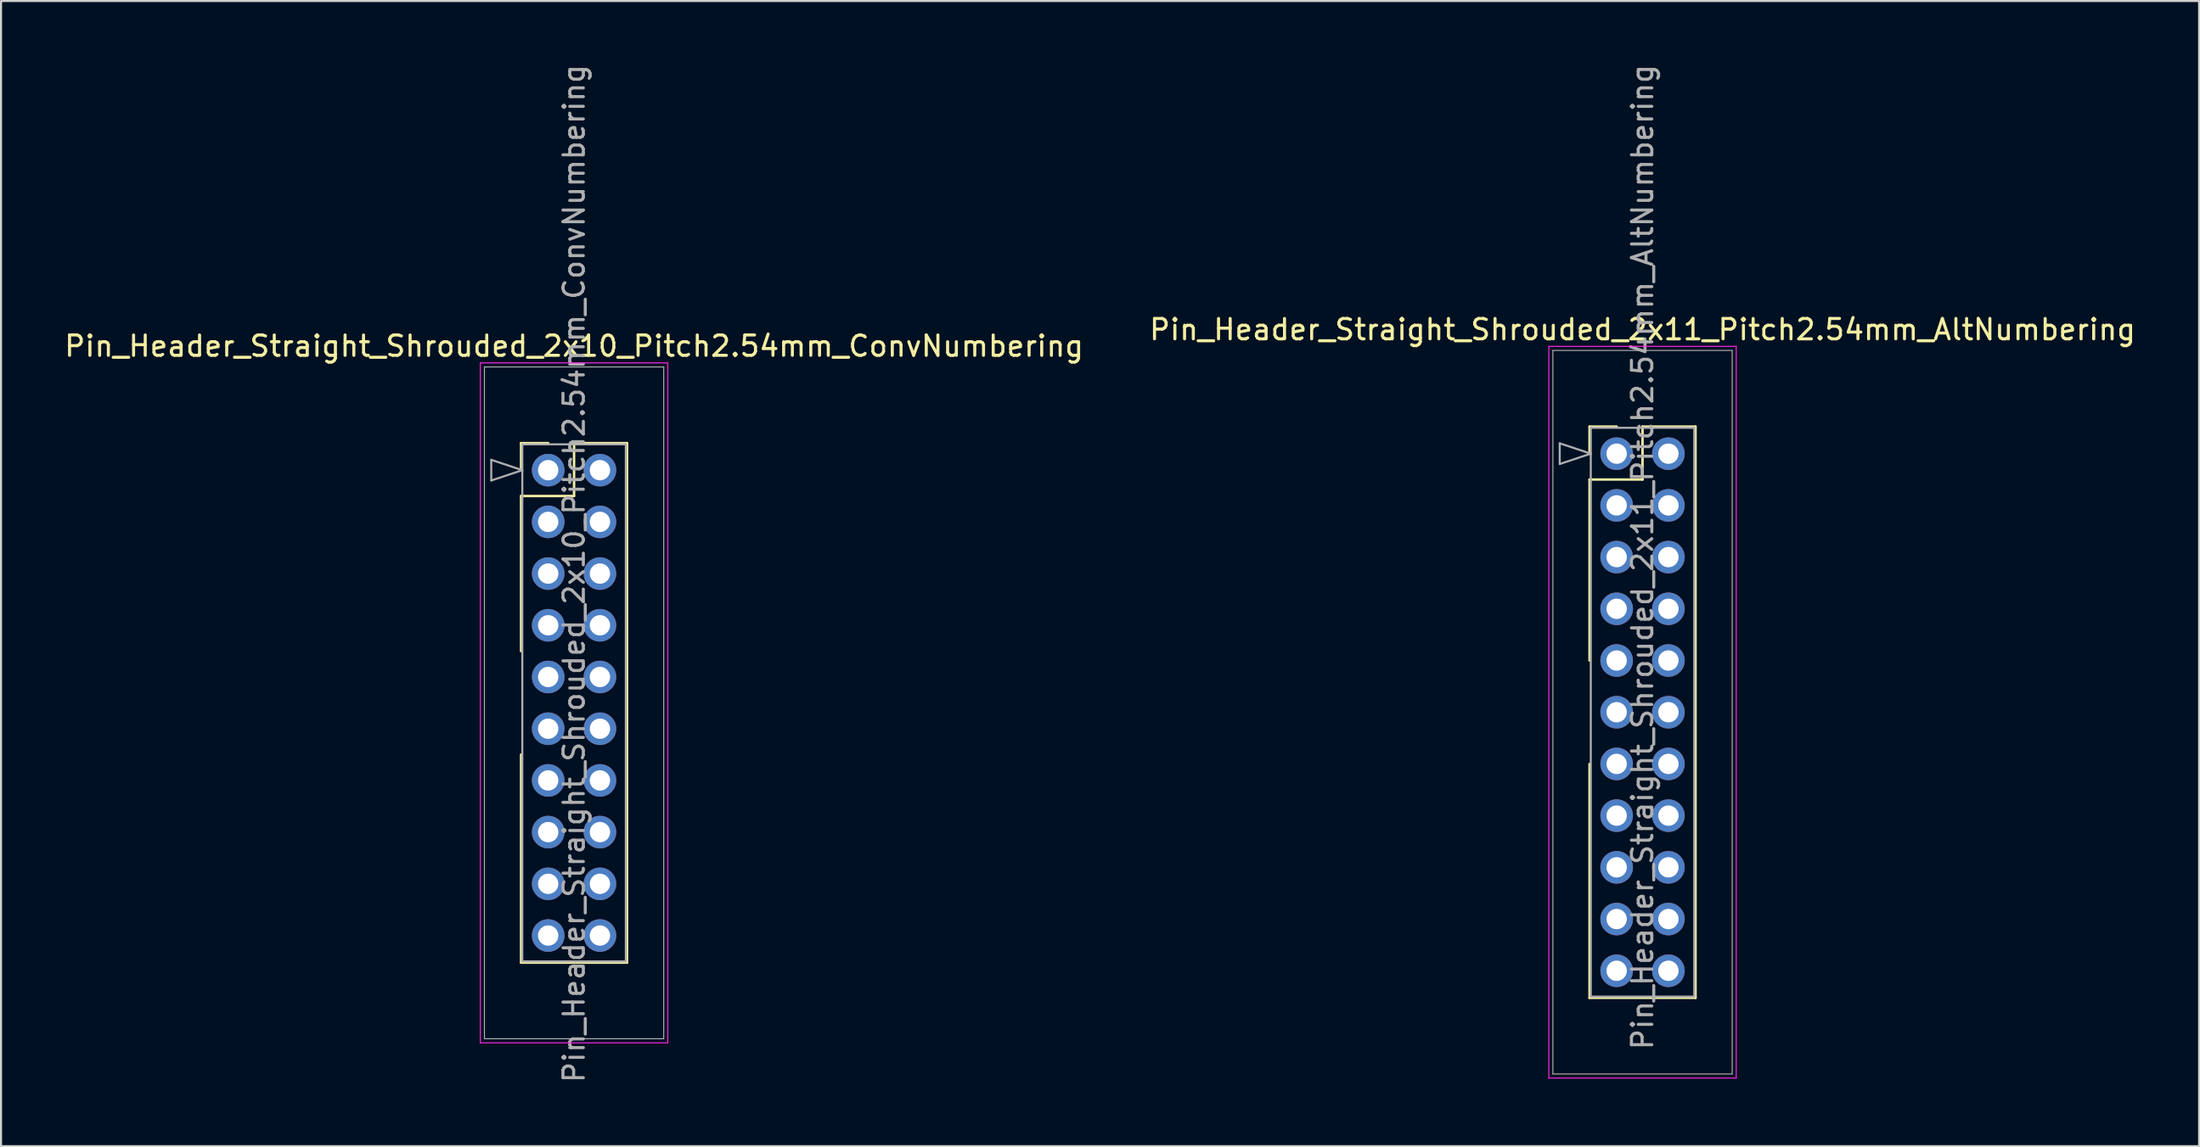
<source format=kicad_pcb>
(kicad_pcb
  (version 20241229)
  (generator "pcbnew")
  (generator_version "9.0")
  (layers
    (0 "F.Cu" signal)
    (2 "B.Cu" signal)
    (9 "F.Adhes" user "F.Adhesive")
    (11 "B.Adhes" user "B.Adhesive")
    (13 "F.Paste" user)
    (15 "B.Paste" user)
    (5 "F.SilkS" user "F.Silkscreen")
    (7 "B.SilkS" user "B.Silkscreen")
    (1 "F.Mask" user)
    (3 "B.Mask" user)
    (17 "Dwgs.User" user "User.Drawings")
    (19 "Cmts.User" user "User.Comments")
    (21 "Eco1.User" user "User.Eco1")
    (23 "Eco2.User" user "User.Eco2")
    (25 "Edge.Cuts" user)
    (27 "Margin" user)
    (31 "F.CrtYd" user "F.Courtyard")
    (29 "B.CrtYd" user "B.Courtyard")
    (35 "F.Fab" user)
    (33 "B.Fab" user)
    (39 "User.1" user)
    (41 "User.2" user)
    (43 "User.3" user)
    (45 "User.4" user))
  (footprint "Pin_Header_Straight_Shrouded_2x10_Pitch2.54mm_ConvNumbering"
    (layer "F.Cu")
    (at 23.855 20.045)
    (property "Reference" "Pin_Header_Straight_Shrouded_2x10_Pitch2.54mm_ConvNumbering" (at 1.27 -6.096 0) (layer "F.SilkS") (effects (font (size 1 1) (thickness 0.15))))
    (attr through_hole)
    (fp_line (start -1.33 -1.33) (end 0 -1.33) (stroke (width 0.12) (type solid)) (layer "F.SilkS"))
    (fp_line (start -1.33 0) (end -1.33 -1.33) (stroke (width 0.12) (type solid)) (layer "F.SilkS"))
    (fp_line (start -1.33 1.27) (end -1.33 8.89) (stroke (width 0.12) (type solid)) (layer "F.SilkS"))
    (fp_line (start -1.33 1.27) (end 1.27 1.27) (stroke (width 0.12) (type solid)) (layer "F.SilkS"))
    (fp_line (start -1.33 13.97) (end -1.33 24.19) (stroke (width 0.12) (type solid)) (layer "F.SilkS"))
    (fp_line (start -1.33 24.19) (end 3.87 24.19) (stroke (width 0.12) (type solid)) (layer "F.SilkS"))
    (fp_line (start 1.27 -1.33) (end 3.87 -1.33) (stroke (width 0.12) (type solid)) (layer "F.SilkS"))
    (fp_line (start 1.27 1.27) (end 1.27 -1.33) (stroke (width 0.12) (type solid)) (layer "F.SilkS"))
    (fp_line (start 3.87 -1.33) (end 3.87 24.19) (stroke (width 0.12) (type solid)) (layer "F.SilkS"))
    (fp_line (start -3.33 -5.27) (end -3.33 28.13) (stroke (width 0.05) (type solid)) (layer "F.CrtYd"))
    (fp_line (start -3.33 28.13) (end 5.87 28.13) (stroke (width 0.05) (type solid)) (layer "F.CrtYd"))
    (fp_line (start 5.87 -5.27) (end -3.33 -5.27) (stroke (width 0.05) (type solid)) (layer "F.CrtYd"))
    (fp_line (start 5.87 28.13) (end 5.87 -5.27) (stroke (width 0.05) (type solid)) (layer "F.CrtYd"))
    (fp_line (start -3.13 -5.07) (end -3.13 27.93) (stroke (width 0.05) (type solid)) (layer "F.Fab"))
    (fp_line (start -3.13 27.93) (end 5.67 27.93) (stroke (width 0.05) (type solid)) (layer "F.Fab"))
    (fp_line (start -2.794 -0.508) (end -1.27 0) (stroke (width 0.1) (type solid)) (layer "F.Fab"))
    (fp_line (start -2.794 0.508) (end -2.794 -0.508) (stroke (width 0.1) (type solid)) (layer "F.Fab"))
    (fp_line (start -1.27 -1.27) (end -1.27 24.13) (stroke (width 0.1) (type solid)) (layer "F.Fab"))
    (fp_line (start -1.27 0) (end -2.794 0.508) (stroke (width 0.1) (type solid)) (layer "F.Fab"))
    (fp_line (start -1.27 24.13) (end 3.81 24.13) (stroke (width 0.1) (type solid)) (layer "F.Fab"))
    (fp_line (start 3.81 -1.27) (end -1.27 -1.27) (stroke (width 0.1) (type solid)) (layer "F.Fab"))
    (fp_line (start 3.81 24.13) (end 3.81 -1.27) (stroke (width 0.1) (type solid)) (layer "F.Fab"))
    (fp_line (start 5.67 -5.07) (end -3.13 -5.07) (stroke (width 0.05) (type solid)) (layer "F.Fab"))
    (fp_line (start 5.67 27.93) (end 5.67 -5.07) (stroke (width 0.05) (type solid)) (layer "F.Fab"))
    (fp_text user "${REFERENCE}" (at 1.27 5.08 90) (layer "F.Fab") (effects (font (size 1 1) (thickness 0.15))))
    (pad "1" thru_hole oval (at 0 0) (size 1.6 1.6) (drill 1) (layers "*.Cu" "*.Mask"))
    (pad "2" thru_hole oval (at 2.54 0) (size 1.6 1.6) (drill 1) (layers "*.Cu" "*.Mask"))
    (pad "3" thru_hole oval (at 0 2.54) (size 1.6 1.6) (drill 1) (layers "*.Cu" "*.Mask"))
    (pad "4" thru_hole oval (at 2.54 2.54) (size 1.6 1.6) (drill 1) (layers "*.Cu" "*.Mask"))
    (pad "5" thru_hole oval (at 0 5.08) (size 1.6 1.6) (drill 1) (layers "*.Cu" "*.Mask"))
    (pad "6" thru_hole oval (at 2.54 5.08) (size 1.6 1.6) (drill 1) (layers "*.Cu" "*.Mask"))
    (pad "7" thru_hole oval (at 0 7.62) (size 1.6 1.6) (drill 1) (layers "*.Cu" "*.Mask"))
    (pad "8" thru_hole oval (at 2.54 7.62) (size 1.6 1.6) (drill 1) (layers "*.Cu" "*.Mask"))
    (pad "9" thru_hole oval (at 0 10.16) (size 1.6 1.6) (drill 1) (layers "*.Cu" "*.Mask"))
    (pad "10" thru_hole oval (at 2.54 10.16) (size 1.6 1.6) (drill 1) (layers "*.Cu" "*.Mask"))
    (pad "11" thru_hole oval (at 0 12.7) (size 1.6 1.6) (drill 1) (layers "*.Cu" "*.Mask"))
    (pad "12" thru_hole oval (at 2.54 12.7) (size 1.6 1.6) (drill 1) (layers "*.Cu" "*.Mask"))
    (pad "13" thru_hole oval (at 0 15.24) (size 1.6 1.6) (drill 1) (layers "*.Cu" "*.Mask"))
    (pad "14" thru_hole oval (at 2.54 15.24) (size 1.6 1.6) (drill 1) (layers "*.Cu" "*.Mask"))
    (pad "15" thru_hole oval (at 0 17.78) (size 1.6 1.6) (drill 1) (layers "*.Cu" "*.Mask"))
    (pad "16" thru_hole oval (at 2.54 17.78) (size 1.6 1.6) (drill 1) (layers "*.Cu" "*.Mask"))
    (pad "17" thru_hole oval (at 0 20.32) (size 1.6 1.6) (drill 1) (layers "*.Cu" "*.Mask"))
    (pad "18" thru_hole oval (at 2.54 20.32) (size 1.6 1.6) (drill 1) (layers "*.Cu" "*.Mask"))
    (pad "19" thru_hole oval (at 0 22.86) (size 1.6 1.6) (drill 1) (layers "*.Cu" "*.Mask"))
    (pad "20" thru_hole oval (at 2.54 22.86) (size 1.6 1.6) (drill 1) (layers "*.Cu" "*.Mask")))
  (footprint "Pin_Header_Straight_Shrouded_2x11_Pitch2.54mm_AltNumbering"
    (layer "F.Cu")
    (at 76.295 19.235)
    (property "Reference" "Pin_Header_Straight_Shrouded_2x11_Pitch2.54mm_AltNumbering" (at 1.27 -6.096 0) (layer "F.SilkS") (effects (font (size 1 1) (thickness 0.15))))
    (attr through_hole)
    (fp_line (start -1.33 -1.33) (end 0 -1.33) (stroke (width 0.12) (type solid)) (layer "F.SilkS"))
    (fp_line (start -1.33 0) (end -1.33 -1.33) (stroke (width 0.12) (type solid)) (layer "F.SilkS"))
    (fp_line (start -1.33 1.27) (end -1.33 10.16) (stroke (width 0.12) (type solid)) (layer "F.SilkS"))
    (fp_line (start -1.33 1.27) (end 1.27 1.27) (stroke (width 0.12) (type solid)) (layer "F.SilkS"))
    (fp_line (start -1.33 15.24) (end -1.33 26.73) (stroke (width 0.12) (type solid)) (layer "F.SilkS"))
    (fp_line (start -1.33 26.73) (end 3.87 26.73) (stroke (width 0.12) (type solid)) (layer "F.SilkS"))
    (fp_line (start 1.27 -1.33) (end 3.87 -1.33) (stroke (width 0.12) (type solid)) (layer "F.SilkS"))
    (fp_line (start 1.27 1.27) (end 1.27 -1.33) (stroke (width 0.12) (type solid)) (layer "F.SilkS"))
    (fp_line (start 3.87 -1.33) (end 3.87 26.73) (stroke (width 0.12) (type solid)) (layer "F.SilkS"))
    (fp_line (start -3.33 -5.27) (end -3.33 30.67) (stroke (width 0.05) (type solid)) (layer "F.CrtYd"))
    (fp_line (start -3.33 30.67) (end 5.87 30.67) (stroke (width 0.05) (type solid)) (layer "F.CrtYd"))
    (fp_line (start 5.87 -5.27) (end -3.33 -5.27) (stroke (width 0.05) (type solid)) (layer "F.CrtYd"))
    (fp_line (start 5.87 30.67) (end 5.87 -5.27) (stroke (width 0.05) (type solid)) (layer "F.CrtYd"))
    (fp_line (start -3.13 -5.07) (end -3.13 30.47) (stroke (width 0.05) (type solid)) (layer "F.Fab"))
    (fp_line (start -3.13 30.47) (end 5.67 30.47) (stroke (width 0.05) (type solid)) (layer "F.Fab"))
    (fp_line (start -2.794 -0.508) (end -1.27 0) (stroke (width 0.1) (type solid)) (layer "F.Fab"))
    (fp_line (start -2.794 0.508) (end -2.794 -0.508) (stroke (width 0.1) (type solid)) (layer "F.Fab"))
    (fp_line (start -1.27 -1.27) (end -1.27 26.67) (stroke (width 0.1) (type solid)) (layer "F.Fab"))
    (fp_line (start -1.27 0) (end -2.794 0.508) (stroke (width 0.1) (type solid)) (layer "F.Fab"))
    (fp_line (start -1.27 26.67) (end 3.81 26.67) (stroke (width 0.1) (type solid)) (layer "F.Fab"))
    (fp_line (start 3.81 -1.27) (end -1.27 -1.27) (stroke (width 0.1) (type solid)) (layer "F.Fab"))
    (fp_line (start 3.81 26.67) (end 3.81 -1.27) (stroke (width 0.1) (type solid)) (layer "F.Fab"))
    (fp_line (start 5.67 -5.07) (end -3.13 -5.07) (stroke (width 0.05) (type solid)) (layer "F.Fab"))
    (fp_line (start 5.67 30.47) (end 5.67 -5.07) (stroke (width 0.05) (type solid)) (layer "F.Fab"))
    (fp_text user "${REFERENCE}" (at 1.27 5.08 90) (layer "F.Fab") (effects (font (size 1 1) (thickness 0.15))))
    (pad "1" thru_hole oval (at 0 0) (size 1.6 1.6) (drill 1) (layers "*.Cu" "*.Mask"))
    (pad "2" thru_hole oval (at 0 2.54) (size 1.6 1.6) (drill 1) (layers "*.Cu" "*.Mask"))
    (pad "3" thru_hole oval (at 0 5.08) (size 1.6 1.6) (drill 1) (layers "*.Cu" "*.Mask"))
    (pad "4" thru_hole oval (at 0 7.62) (size 1.6 1.6) (drill 1) (layers "*.Cu" "*.Mask"))
    (pad "5" thru_hole oval (at 0 10.16) (size 1.6 1.6) (drill 1) (layers "*.Cu" "*.Mask"))
    (pad "6" thru_hole oval (at 0 12.7) (size 1.6 1.6) (drill 1) (layers "*.Cu" "*.Mask"))
    (pad "7" thru_hole oval (at 0 15.24) (size 1.6 1.6) (drill 1) (layers "*.Cu" "*.Mask"))
    (pad "8" thru_hole oval (at 0 17.78) (size 1.6 1.6) (drill 1) (layers "*.Cu" "*.Mask"))
    (pad "9" thru_hole oval (at 0 20.32) (size 1.6 1.6) (drill 1) (layers "*.Cu" "*.Mask"))
    (pad "10" thru_hole oval (at 0 22.86) (size 1.6 1.6) (drill 1) (layers "*.Cu" "*.Mask"))
    (pad "11" thru_hole oval (at 0 25.4) (size 1.6 1.6) (drill 1) (layers "*.Cu" "*.Mask"))
    (pad "12" thru_hole oval (at 2.54 0) (size 1.6 1.6) (drill 1) (layers "*.Cu" "*.Mask"))
    (pad "13" thru_hole oval (at 2.54 2.54) (size 1.6 1.6) (drill 1) (layers "*.Cu" "*.Mask"))
    (pad "14" thru_hole oval (at 2.54 5.08) (size 1.6 1.6) (drill 1) (layers "*.Cu" "*.Mask"))
    (pad "15" thru_hole oval (at 2.54 7.62) (size 1.6 1.6) (drill 1) (layers "*.Cu" "*.Mask"))
    (pad "16" thru_hole oval (at 2.54 10.16) (size 1.6 1.6) (drill 1) (layers "*.Cu" "*.Mask"))
    (pad "17" thru_hole oval (at 2.54 12.7) (size 1.6 1.6) (drill 1) (layers "*.Cu" "*.Mask"))
    (pad "18" thru_hole oval (at 2.54 15.24) (size 1.6 1.6) (drill 1) (layers "*.Cu" "*.Mask"))
    (pad "19" thru_hole oval (at 2.54 17.78) (size 1.6 1.6) (drill 1) (layers "*.Cu" "*.Mask"))
    (pad "20" thru_hole oval (at 2.54 20.32) (size 1.6 1.6) (drill 1) (layers "*.Cu" "*.Mask"))
    (pad "21" thru_hole oval (at 2.54 22.86) (size 1.6 1.6) (drill 1) (layers "*.Cu" "*.Mask"))
    (pad "22" thru_hole oval (at 2.54 25.4) (size 1.6 1.6) (drill 1) (layers "*.Cu" "*.Mask")))
  (gr_rect
    (start -3 -3)
    (end 104.881 53.25)
    (stroke (width 0.1) (type default))
    (fill no)
    (layer "Edge.Cuts")))
</source>
